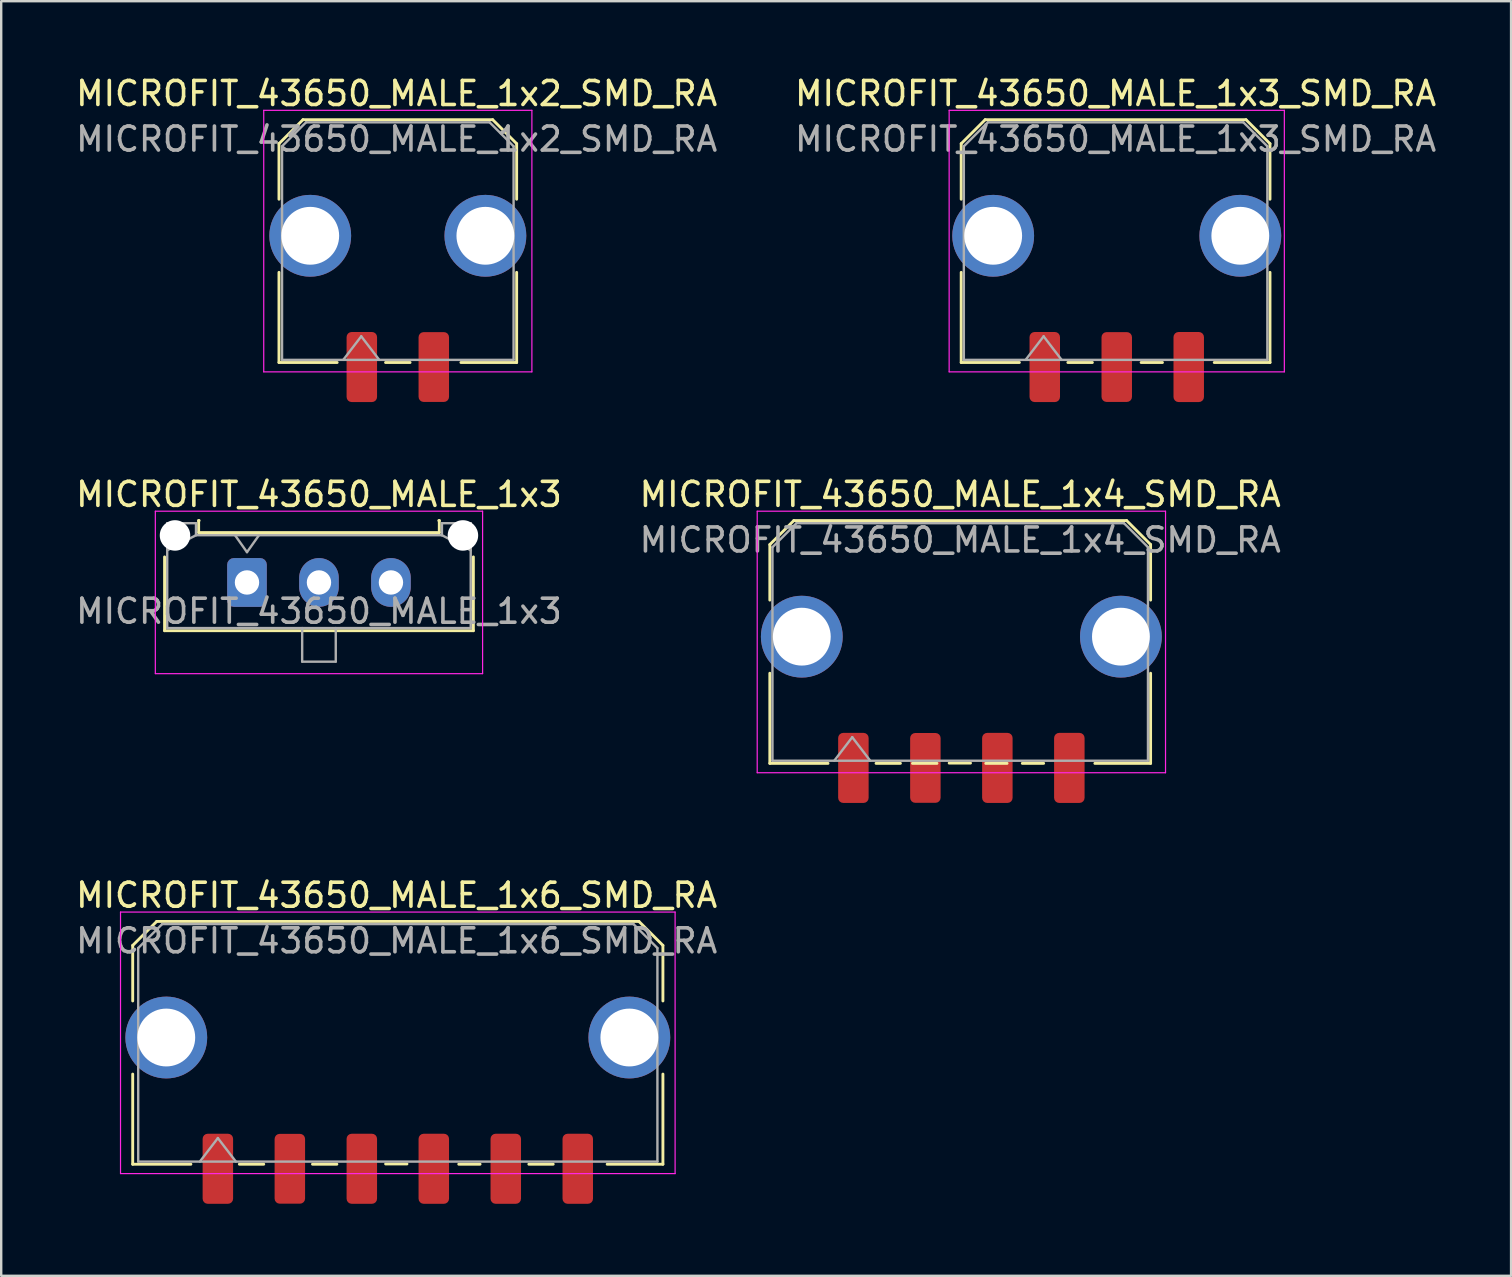
<source format=kicad_pcb>
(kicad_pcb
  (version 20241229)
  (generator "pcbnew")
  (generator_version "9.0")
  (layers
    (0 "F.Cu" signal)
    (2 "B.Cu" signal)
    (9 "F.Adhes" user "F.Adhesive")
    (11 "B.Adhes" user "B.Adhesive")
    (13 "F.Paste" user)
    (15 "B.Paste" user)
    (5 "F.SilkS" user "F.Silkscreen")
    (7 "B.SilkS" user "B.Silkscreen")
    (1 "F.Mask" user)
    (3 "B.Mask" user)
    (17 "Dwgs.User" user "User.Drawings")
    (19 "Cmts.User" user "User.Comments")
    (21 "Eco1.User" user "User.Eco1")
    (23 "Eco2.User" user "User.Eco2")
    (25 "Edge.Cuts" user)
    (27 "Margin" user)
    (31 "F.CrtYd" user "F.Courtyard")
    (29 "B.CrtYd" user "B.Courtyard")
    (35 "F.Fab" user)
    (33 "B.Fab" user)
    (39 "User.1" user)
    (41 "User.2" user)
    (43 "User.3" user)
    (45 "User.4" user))
  (footprint "MICROFIT_43650_MALE_1x3_SMD_RA"
    (layer "F.Cu")
    (at 43.494 6.777)
    (property "Reference" "MICROFIT_43650_MALE_1x3_SMD_RA" (at -0.048 -5.929 0) (layer "F.SilkS") (effects (font (size 1 1) (thickness 0.15))))
    (attr through_hole)
    (fp_line (start -6.483 -3.839) (end -5.483 -4.839) (stroke (width 0.12) (type solid)) (layer "F.SilkS"))
    (fp_line (start -6.483 -1.524) (end -6.483 -3.839) (stroke (width 0.12) (type solid)) (layer "F.SilkS"))
    (fp_line (start -6.483 5.281) (end -6.483 1.524) (stroke (width 0.12) (type solid)) (layer "F.SilkS"))
    (fp_line (start -6.483 5.281) (end -4.058 5.281) (stroke (width 0.12) (type solid)) (layer "F.SilkS"))
    (fp_line (start -5.483 -4.839) (end 5.387 -4.839) (stroke (width 0.12) (type solid)) (layer "F.SilkS"))
    (fp_line (start -2.038 5.281) (end -1.016 5.281) (stroke (width 0.12) (type solid)) (layer "F.SilkS"))
    (fp_line (start 1.016 5.281) (end 1.905 5.281) (stroke (width 0.12) (type solid)) (layer "F.SilkS"))
    (fp_line (start 5.387 -4.839) (end 6.387 -3.839) (stroke (width 0.12) (type solid)) (layer "F.SilkS"))
    (fp_line (start 6.387 -3.839) (end 6.387 -1.524) (stroke (width 0.12) (type solid)) (layer "F.SilkS"))
    (fp_line (start 6.387 5.281) (end 4.064 5.281) (stroke (width 0.12) (type solid)) (layer "F.SilkS"))
    (fp_line (start 6.387 5.281) (end 6.387 1.524) (stroke (width 0.12) (type solid)) (layer "F.SilkS"))
    (fp_line (start -6.985 -5.229) (end 6.985 -5.229) (stroke (width 0.05) (type solid)) (layer "F.CrtYd"))
    (fp_line (start -6.985 5.671) (end -6.985 -5.229) (stroke (width 0.05) (type solid)) (layer "F.CrtYd"))
    (fp_line (start 6.985 -5.229) (end 6.985 5.671) (stroke (width 0.05) (type solid)) (layer "F.CrtYd"))
    (fp_line (start 6.985 5.671) (end -6.985 5.671) (stroke (width 0.05) (type solid)) (layer "F.CrtYd"))
    (fp_line (start -6.373 -3.729) (end -5.373 -4.729) (stroke (width 0.1) (type solid)) (layer "F.Fab"))
    (fp_line (start -6.373 5.171) (end -6.373 -3.729) (stroke (width 0.1) (type solid)) (layer "F.Fab"))
    (fp_line (start -5.373 -4.729) (end 5.277 -4.729) (stroke (width 0.1) (type solid)) (layer "F.Fab"))
    (fp_line (start -3.798 5.171) (end -3.048 4.191) (stroke (width 0.1) (type solid)) (layer "F.Fab"))
    (fp_line (start -3.048 4.191) (end -2.298 5.171) (stroke (width 0.1) (type solid)) (layer "F.Fab"))
    (fp_line (start 5.277 -4.729) (end 6.277 -3.729) (stroke (width 0.1) (type solid)) (layer "F.Fab"))
    (fp_line (start 6.277 -3.729) (end 6.277 5.171) (stroke (width 0.1) (type solid)) (layer "F.Fab"))
    (fp_line (start 6.277 5.171) (end -6.373 5.171) (stroke (width 0.1) (type solid)) (layer "F.Fab"))
    (fp_text user "${REFERENCE}" (at -0.048 -4.029 0) (layer "F.Fab") (effects (font (size 1 1) (thickness 0.15))))
    (pad "" thru_hole circle (at -5.15 0) (size 3.41 3.41) (drill 2.41) (layers "*.Cu" "*.Mask"))
    (pad "" thru_hole circle (at 5.15 0) (size 3.41 3.41) (drill 2.41) (layers "*.Cu" "*.Mask"))
    (pad "1" smd roundrect (at -3 5.47) (size 1.27 2.92) (layers "F.Cu" "F.Mask" "F.Paste") (roundrect_rratio 0.167))
    (pad "2" smd roundrect (at 0 5.47) (size 1.27 2.91) (layers "F.Cu" "F.Mask" "F.Paste") (roundrect_rratio 0.167))
    (pad "3" smd roundrect (at 3 5.47) (size 1.27 2.92) (layers "F.Cu" "F.Mask" "F.Paste") (roundrect_rratio 0.167)))
  (footprint "MICROFIT_43650_MALE_1x6_SMD_RA"
    (layer "F.Cu")
    (at 13.53 40.192)
    (property "Reference" "MICROFIT_43650_MALE_1x6_SMD_RA" (at -0.048 -5.929 0) (layer "F.SilkS") (effects (font (size 1 1) (thickness 0.15))))
    (attr through_hole)
    (fp_line (start -11.049 -3.839) (end -10.049 -4.839) (stroke (width 0.12) (type solid)) (layer "F.SilkS"))
    (fp_line (start -11.049 -1.524) (end -11.049 -3.839) (stroke (width 0.12) (type solid)) (layer "F.SilkS"))
    (fp_line (start -11.049 5.281) (end -11.049 1.524) (stroke (width 0.12) (type solid)) (layer "F.SilkS"))
    (fp_line (start -11.049 5.281) (end -8.624 5.281) (stroke (width 0.12) (type solid)) (layer "F.SilkS"))
    (fp_line (start -10.049 -4.839) (end 10.049 -4.839) (stroke (width 0.12) (type solid)) (layer "F.SilkS"))
    (fp_line (start -6.604 5.28) (end -5.588 5.28) (stroke (width 0.12) (type solid)) (layer "F.SilkS"))
    (fp_line (start -3.556 5.28) (end -2.54 5.28) (stroke (width 0.12) (type solid)) (layer "F.SilkS"))
    (fp_line (start -0.508 5.27) (end 0.381 5.27) (stroke (width 0.12) (type solid)) (layer "F.SilkS"))
    (fp_line (start 2.54 5.28) (end 3.429 5.28) (stroke (width 0.12) (type solid)) (layer "F.SilkS"))
    (fp_line (start 5.461 5.28) (end 6.477 5.28) (stroke (width 0.12) (type solid)) (layer "F.SilkS"))
    (fp_line (start 10.049 -4.839) (end 11.049 -3.839) (stroke (width 0.12) (type solid)) (layer "F.SilkS"))
    (fp_line (start 11.049 -3.839) (end 11.049 -1.524) (stroke (width 0.12) (type solid)) (layer "F.SilkS"))
    (fp_line (start 11.049 5.281) (end 8.726 5.281) (stroke (width 0.12) (type solid)) (layer "F.SilkS"))
    (fp_line (start 11.049 5.281) (end 11.049 1.524) (stroke (width 0.12) (type solid)) (layer "F.SilkS"))
    (fp_line (start -11.557 -5.229) (end 11.557 -5.229) (stroke (width 0.05) (type solid)) (layer "F.CrtYd"))
    (fp_line (start -11.557 5.671) (end -11.557 -5.229) (stroke (width 0.05) (type solid)) (layer "F.CrtYd"))
    (fp_line (start 11.557 -5.229) (end 11.557 5.671) (stroke (width 0.05) (type solid)) (layer "F.CrtYd"))
    (fp_line (start 11.557 5.671) (end -11.557 5.671) (stroke (width 0.05) (type solid)) (layer "F.CrtYd"))
    (fp_line (start -10.82 -3.729) (end -9.82 -4.729) (stroke (width 0.1) (type solid)) (layer "F.Fab"))
    (fp_line (start -10.82 5.171) (end -10.82 -3.729) (stroke (width 0.1) (type solid)) (layer "F.Fab"))
    (fp_line (start -9.82 -4.729) (end 9.82 -4.729) (stroke (width 0.1) (type solid)) (layer "F.Fab"))
    (fp_line (start -8.25 5.171) (end -7.5 4.191) (stroke (width 0.1) (type solid)) (layer "F.Fab"))
    (fp_line (start -7.5 4.191) (end -6.75 5.171) (stroke (width 0.1) (type solid)) (layer "F.Fab"))
    (fp_line (start 9.82 -4.729) (end 10.82 -3.729) (stroke (width 0.1) (type solid)) (layer "F.Fab"))
    (fp_line (start 10.82 -3.729) (end 10.82 5.171) (stroke (width 0.1) (type solid)) (layer "F.Fab"))
    (fp_line (start 10.82 5.171) (end -10.82 5.171) (stroke (width 0.1) (type solid)) (layer "F.Fab"))
    (fp_text user "${REFERENCE}" (at -0.048 -4.029 0) (layer "F.Fab") (effects (font (size 1 1) (thickness 0.15))))
    (pad "" thru_hole circle (at -9.65 0) (size 3.41 3.41) (drill 2.41) (layers "*.Cu" "*.Mask"))
    (pad "" thru_hole circle (at 9.65 0) (size 3.41 3.41) (drill 2.41) (layers "*.Cu" "*.Mask"))
    (pad "1" smd roundrect (at -7.5 5.47) (size 1.27 2.92) (layers "F.Cu" "F.Mask" "F.Paste") (roundrect_rratio 0.167))
    (pad "2" smd roundrect (at -4.5 5.47) (size 1.27 2.91) (layers "F.Cu" "F.Mask" "F.Paste") (roundrect_rratio 0.167))
    (pad "3" smd roundrect (at -1.5 5.47) (size 1.27 2.92) (layers "F.Cu" "F.Mask" "F.Paste") (roundrect_rratio 0.167))
    (pad "4" smd roundrect (at 1.5 5.47) (size 1.27 2.92) (layers "F.Cu" "F.Mask" "F.Paste") (roundrect_rratio 0.167))
    (pad "5" smd roundrect (at 4.5 5.47) (size 1.27 2.92) (layers "F.Cu" "F.Mask" "F.Paste") (roundrect_rratio 0.167))
    (pad "6" smd roundrect (at 7.5 5.47) (size 1.27 2.92) (layers "F.Cu" "F.Mask" "F.Paste") (roundrect_rratio 0.167))
    (zone (net_name "") (layer "F.Cu") (hatch edge 0.508) (connect_pads) (min_thickness 0.254) (filled_areas_thickness no) (keepout (tracks not_allowed) (vias not_allowed) (pads not_allowed) (copperpour not_allowed) (footprints allowed)) (placement (enabled no)) (fill) (polygon (pts (xy 4.405 43.692) (xy 1.955 43.692) (xy 1.955 42.092) (xy 4.405 42.092))))
    (zone (net_name "") (layer "F.Cu") (hatch edge 0.508) (connect_pads) (min_thickness 0.254) (filled_areas_thickness no) (keepout (tracks not_allowed) (vias not_allowed) (pads not_allowed) (copperpour not_allowed) (footprints allowed)) (placement (enabled no)) (fill) (polygon (pts (xy 25.105 43.682) (xy 22.655 43.682) (xy 22.655 42.082) (xy 25.105 42.082)))))
  (footprint "MICROFIT_43650_MALE_1x2_SMD_RA"
    (layer "F.Cu")
    (at 13.53 6.777)
    (property "Reference" "MICROFIT_43650_MALE_1x2_SMD_RA" (at -0.048 -5.929 0) (layer "F.SilkS") (effects (font (size 1 1) (thickness 0.15))))
    (attr through_hole)
    (fp_line (start -4.953 -3.839) (end -3.953 -4.839) (stroke (width 0.12) (type solid)) (layer "F.SilkS"))
    (fp_line (start -4.953 -1.524) (end -4.953 -3.839) (stroke (width 0.12) (type solid)) (layer "F.SilkS"))
    (fp_line (start -4.953 5.281) (end -4.953 1.524) (stroke (width 0.12) (type solid)) (layer "F.SilkS"))
    (fp_line (start -4.953 5.281) (end -2.528 5.281) (stroke (width 0.12) (type solid)) (layer "F.SilkS"))
    (fp_line (start -3.953 -4.839) (end 3.953 -4.839) (stroke (width 0.12) (type solid)) (layer "F.SilkS"))
    (fp_line (start -0.511 5.281) (end 0.511 5.281) (stroke (width 0.12) (type solid)) (layer "F.SilkS"))
    (fp_line (start 3.953 -4.839) (end 4.953 -3.839) (stroke (width 0.12) (type solid)) (layer "F.SilkS"))
    (fp_line (start 4.953 -3.839) (end 4.953 -1.524) (stroke (width 0.12) (type solid)) (layer "F.SilkS"))
    (fp_line (start 4.953 5.281) (end 2.63 5.281) (stroke (width 0.12) (type solid)) (layer "F.SilkS"))
    (fp_line (start 4.953 5.281) (end 4.953 1.524) (stroke (width 0.12) (type solid)) (layer "F.SilkS"))
    (fp_line (start -5.588 -5.229) (end 5.588 -5.229) (stroke (width 0.05) (type solid)) (layer "F.CrtYd"))
    (fp_line (start -5.588 5.671) (end -5.588 -5.229) (stroke (width 0.05) (type solid)) (layer "F.CrtYd"))
    (fp_line (start 5.588 -5.229) (end 5.588 5.671) (stroke (width 0.05) (type solid)) (layer "F.CrtYd"))
    (fp_line (start 5.588 5.671) (end -5.588 5.671) (stroke (width 0.05) (type solid)) (layer "F.CrtYd"))
    (fp_line (start -4.825 -3.729) (end -3.825 -4.729) (stroke (width 0.1) (type solid)) (layer "F.Fab"))
    (fp_line (start -4.825 5.171) (end -4.825 -3.729) (stroke (width 0.1) (type solid)) (layer "F.Fab"))
    (fp_line (start -3.825 -4.729) (end 3.825 -4.729) (stroke (width 0.1) (type solid)) (layer "F.Fab"))
    (fp_line (start -2.274 5.171) (end -1.524 4.191) (stroke (width 0.1) (type solid)) (layer "F.Fab"))
    (fp_line (start -1.524 4.191) (end -0.774 5.171) (stroke (width 0.1) (type solid)) (layer "F.Fab"))
    (fp_line (start 3.825 -4.729) (end 4.825 -3.729) (stroke (width 0.1) (type solid)) (layer "F.Fab"))
    (fp_line (start 4.825 -3.729) (end 4.825 5.171) (stroke (width 0.1) (type solid)) (layer "F.Fab"))
    (fp_line (start 4.825 5.171) (end -4.825 5.171) (stroke (width 0.1) (type solid)) (layer "F.Fab"))
    (fp_text user "${REFERENCE}" (at -0.048 -4.029 0) (layer "F.Fab") (effects (font (size 1 1) (thickness 0.15))))
    (pad "" thru_hole circle (at -3.65 0) (size 3.41 3.41) (drill 2.41) (layers "*.Cu" "*.Mask"))
    (pad "" thru_hole circle (at 3.65 0) (size 3.41 3.41) (drill 2.41) (layers "*.Cu" "*.Mask"))
    (pad "1" smd roundrect (at -1.5 5.47) (size 1.27 2.92) (layers "F.Cu" "F.Mask" "F.Paste") (roundrect_rratio 0.167))
    (pad "2" smd roundrect (at 1.5 5.47) (size 1.27 2.91) (layers "F.Cu" "F.Mask" "F.Paste") (roundrect_rratio 0.167))
    (zone (net_name "") (layer "F.Cu") (hatch edge 0.508) (connect_pads) (min_thickness 0.254) (filled_areas_thickness no) (keepout (tracks not_allowed) (vias not_allowed) (pads not_allowed) (copperpour not_allowed) (footprints allowed)) (placement (enabled no)) (fill) (polygon (pts (xy 10.405 10.302) (xy 7.955 10.302) (xy 7.955 8.702) (xy 10.405 8.702))))
    (zone (net_name "") (layer "F.Cu") (hatch edge 0.508) (connect_pads) (min_thickness 0.254) (filled_areas_thickness no) (keepout (tracks not_allowed) (vias not_allowed) (pads not_allowed) (copperpour not_allowed) (footprints allowed)) (placement (enabled no)) (fill) (polygon (pts (xy 19.08 10.302) (xy 16.63 10.302) (xy 16.63 8.702) (xy 19.08 8.702)))))
  (footprint "MICROFIT_43650_MALE_1x3"
    (layer "F.Cu")
    (at 7.244 21.226)
    (property "Reference" "MICROFIT_43650_MALE_1x3" (at 3 -3.67 0) (layer "F.SilkS") (effects (font (size 1 1) (thickness 0.15))))
    (attr through_hole)
    (fp_line (start -3.435 -1.065) (end -3.435 2.01) (stroke (width 0.12) (type solid)) (layer "F.SilkS"))
    (fp_line (start -3.435 2.01) (end 9.435 2.01) (stroke (width 0.12) (type solid)) (layer "F.SilkS"))
    (fp_line (start -2.015 -2.58) (end -2.015 -2.08) (stroke (width 0.12) (type solid)) (layer "F.SilkS"))
    (fp_line (start -2.015 -2.08) (end 8.015 -2.08) (stroke (width 0.12) (type solid)) (layer "F.SilkS"))
    (fp_line (start -1.995 -2.58) (end -2.015 -2.58) (stroke (width 0.12) (type solid)) (layer "F.SilkS"))
    (fp_line (start 8.015 -2.58) (end 7.995 -2.58) (stroke (width 0.12) (type solid)) (layer "F.SilkS"))
    (fp_line (start 8.015 -2.08) (end 8.015 -2.58) (stroke (width 0.12) (type solid)) (layer "F.SilkS"))
    (fp_line (start 9.435 2.01) (end 9.435 -1.065) (stroke (width 0.12) (type solid)) (layer "F.SilkS"))
    (fp_line (start -3.82 -2.97) (end 9.82 -2.97) (stroke (width 0.05) (type solid)) (layer "F.CrtYd"))
    (fp_line (start -3.82 3.8) (end -3.82 -2.97) (stroke (width 0.05) (type solid)) (layer "F.CrtYd"))
    (fp_line (start 9.82 -2.97) (end 9.82 3.8) (stroke (width 0.05) (type solid)) (layer "F.CrtYd"))
    (fp_line (start 9.82 3.8) (end -3.82 3.8) (stroke (width 0.05) (type solid)) (layer "F.CrtYd"))
    (fp_line (start -3.325 -2.47) (end -3.325 1.9) (stroke (width 0.1) (type solid)) (layer "F.Fab"))
    (fp_line (start -3.325 -1.34) (end -2.125 -1.97) (stroke (width 0.1) (type solid)) (layer "F.Fab"))
    (fp_line (start -3.325 1.9) (end 9.325 1.9) (stroke (width 0.1) (type solid)) (layer "F.Fab"))
    (fp_line (start -2.125 -2.47) (end -3.325 -2.47) (stroke (width 0.1) (type solid)) (layer "F.Fab"))
    (fp_line (start -2.125 -1.97) (end -2.125 -2.47) (stroke (width 0.1) (type solid)) (layer "F.Fab"))
    (fp_line (start -0.5 -1.97) (end 0 -1.263) (stroke (width 0.1) (type solid)) (layer "F.Fab"))
    (fp_line (start 0 -1.263) (end 0.5 -1.97) (stroke (width 0.1) (type solid)) (layer "F.Fab"))
    (fp_line (start 2.3 1.9) (end 2.3 3.3) (stroke (width 0.1) (type solid)) (layer "F.Fab"))
    (fp_line (start 2.3 3.3) (end 3.7 3.3) (stroke (width 0.1) (type solid)) (layer "F.Fab"))
    (fp_line (start 3.7 3.3) (end 3.7 1.9) (stroke (width 0.1) (type solid)) (layer "F.Fab"))
    (fp_line (start 8.125 -2.47) (end 8.125 -1.97) (stroke (width 0.1) (type solid)) (layer "F.Fab"))
    (fp_line (start 8.125 -1.97) (end -2.125 -1.97) (stroke (width 0.1) (type solid)) (layer "F.Fab"))
    (fp_line (start 9.325 -2.47) (end 8.125 -2.47) (stroke (width 0.1) (type solid)) (layer "F.Fab"))
    (fp_line (start 9.325 -1.34) (end 8.125 -1.97) (stroke (width 0.1) (type solid)) (layer "F.Fab"))
    (fp_line (start 9.325 1.9) (end 9.325 -2.47) (stroke (width 0.1) (type solid)) (layer "F.Fab"))
    (fp_text user "${REFERENCE}" (at 3 1.2 0) (layer "F.Fab") (effects (font (size 1 1) (thickness 0.15))))
    (pad "" np_thru_hole circle (at -3 -1.96) (size 1.27 1.27) (drill 1.27) (layers "*.Cu" "*.Mask"))
    (pad "" np_thru_hole circle (at 9 -1.96) (size 1.27 1.27) (drill 1.27) (layers "*.Cu" "*.Mask"))
    (pad "1" thru_hole roundrect (at 0 0) (size 1.651 2.032) (drill 1.016) (layers "*.Cu" "*.Mask") (roundrect_rratio 0.167))
    (pad "2" thru_hole oval (at 3 0) (size 1.651 2.032) (drill 1.016) (layers "*.Cu" "*.Mask"))
    (pad "3" thru_hole oval (at 6 0) (size 1.651 2.032) (drill 1.016) (layers "*.Cu" "*.Mask")))
  (footprint "MICROFIT_43650_MALE_1x4_SMD_RA"
    (layer "F.Cu")
    (at 37.018 23.485)
    (property "Reference" "MICROFIT_43650_MALE_1x4_SMD_RA" (at -0.048 -5.929 0) (layer "F.SilkS") (effects (font (size 1 1) (thickness 0.15))))
    (attr through_hole)
    (fp_line (start -7.983 -3.839) (end -6.983 -4.839) (stroke (width 0.12) (type solid)) (layer "F.SilkS"))
    (fp_line (start -7.983 -1.524) (end -7.983 -3.839) (stroke (width 0.12) (type solid)) (layer "F.SilkS"))
    (fp_line (start -7.983 5.281) (end -7.983 1.524) (stroke (width 0.12) (type solid)) (layer "F.SilkS"))
    (fp_line (start -7.983 5.281) (end -5.558 5.281) (stroke (width 0.12) (type solid)) (layer "F.SilkS"))
    (fp_line (start -6.983 -4.839) (end 6.887 -4.839) (stroke (width 0.12) (type solid)) (layer "F.SilkS"))
    (fp_line (start -3.556 5.28) (end -2.54 5.28) (stroke (width 0.12) (type solid)) (layer "F.SilkS"))
    (fp_line (start -2.038 5.281) (end -1.016 5.281) (stroke (width 0.12) (type solid)) (layer "F.SilkS"))
    (fp_line (start -0.508 5.27) (end 0.381 5.27) (stroke (width 0.12) (type solid)) (layer "F.SilkS"))
    (fp_line (start 1.016 5.281) (end 1.905 5.281) (stroke (width 0.12) (type solid)) (layer "F.SilkS"))
    (fp_line (start 2.54 5.28) (end 3.429 5.28) (stroke (width 0.12) (type solid)) (layer "F.SilkS"))
    (fp_line (start 6.887 -4.839) (end 7.887 -3.839) (stroke (width 0.12) (type solid)) (layer "F.SilkS"))
    (fp_line (start 7.887 -3.839) (end 7.887 -1.524) (stroke (width 0.12) (type solid)) (layer "F.SilkS"))
    (fp_line (start 7.887 5.281) (end 5.564 5.281) (stroke (width 0.12) (type solid)) (layer "F.SilkS"))
    (fp_line (start 7.887 5.281) (end 7.887 1.524) (stroke (width 0.12) (type solid)) (layer "F.SilkS"))
    (fp_line (start -8.509 -5.229) (end 8.509 -5.229) (stroke (width 0.05) (type solid)) (layer "F.CrtYd"))
    (fp_line (start -8.509 5.671) (end -8.509 -5.229) (stroke (width 0.05) (type solid)) (layer "F.CrtYd"))
    (fp_line (start 8.509 -5.229) (end 8.509 5.671) (stroke (width 0.05) (type solid)) (layer "F.CrtYd"))
    (fp_line (start 8.509 5.671) (end -8.509 5.671) (stroke (width 0.05) (type solid)) (layer "F.CrtYd"))
    (fp_line (start -7.873 -3.729) (end -6.873 -4.729) (stroke (width 0.1) (type solid)) (layer "F.Fab"))
    (fp_line (start -7.873 5.171) (end -7.873 -3.729) (stroke (width 0.1) (type solid)) (layer "F.Fab"))
    (fp_line (start -6.873 -4.729) (end 6.777 -4.729) (stroke (width 0.1) (type solid)) (layer "F.Fab"))
    (fp_line (start -5.298 5.171) (end -4.548 4.191) (stroke (width 0.1) (type solid)) (layer "F.Fab"))
    (fp_line (start -4.548 4.191) (end -3.798 5.171) (stroke (width 0.1) (type solid)) (layer "F.Fab"))
    (fp_line (start 6.777 -4.729) (end 7.777 -3.729) (stroke (width 0.1) (type solid)) (layer "F.Fab"))
    (fp_line (start 7.777 -3.729) (end 7.777 5.171) (stroke (width 0.1) (type solid)) (layer "F.Fab"))
    (fp_line (start 7.777 5.171) (end -7.873 5.171) (stroke (width 0.1) (type solid)) (layer "F.Fab"))
    (fp_text user "${REFERENCE}" (at -0.048 -4.029 0) (layer "F.Fab") (effects (font (size 1 1) (thickness 0.15))))
    (pad "1" smd roundrect (at -4.5 5.47) (size 1.27 2.92) (layers "F.Cu" "F.Mask" "F.Paste") (roundrect_rratio 0.167))
    (pad "2" smd roundrect (at -1.5 5.47) (size 1.27 2.91) (layers "F.Cu" "F.Mask" "F.Paste") (roundrect_rratio 0.167))
    (pad "3" smd roundrect (at 1.5 5.47) (size 1.27 2.92) (layers "F.Cu" "F.Mask" "F.Paste") (roundrect_rratio 0.167))
    (pad "4" smd roundrect (at 4.5 5.47) (size 1.27 2.92) (layers "F.Cu" "F.Mask" "F.Paste") (roundrect_rratio 0.167))
    (pad "5" thru_hole circle (at -6.65 0) (size 3.41 3.41) (drill 2.41) (layers "*.Cu" "*.Mask"))
    (pad "6" thru_hole circle (at 6.65 0) (size 3.41 3.41) (drill 2.41) (layers "*.Cu" "*.Mask")))
  (gr_rect
    (start -3 -3)
    (end 59.929 50.122)
    (stroke (width 0.1) (type default))
    (fill no)
    (layer "Edge.Cuts")))
</source>
